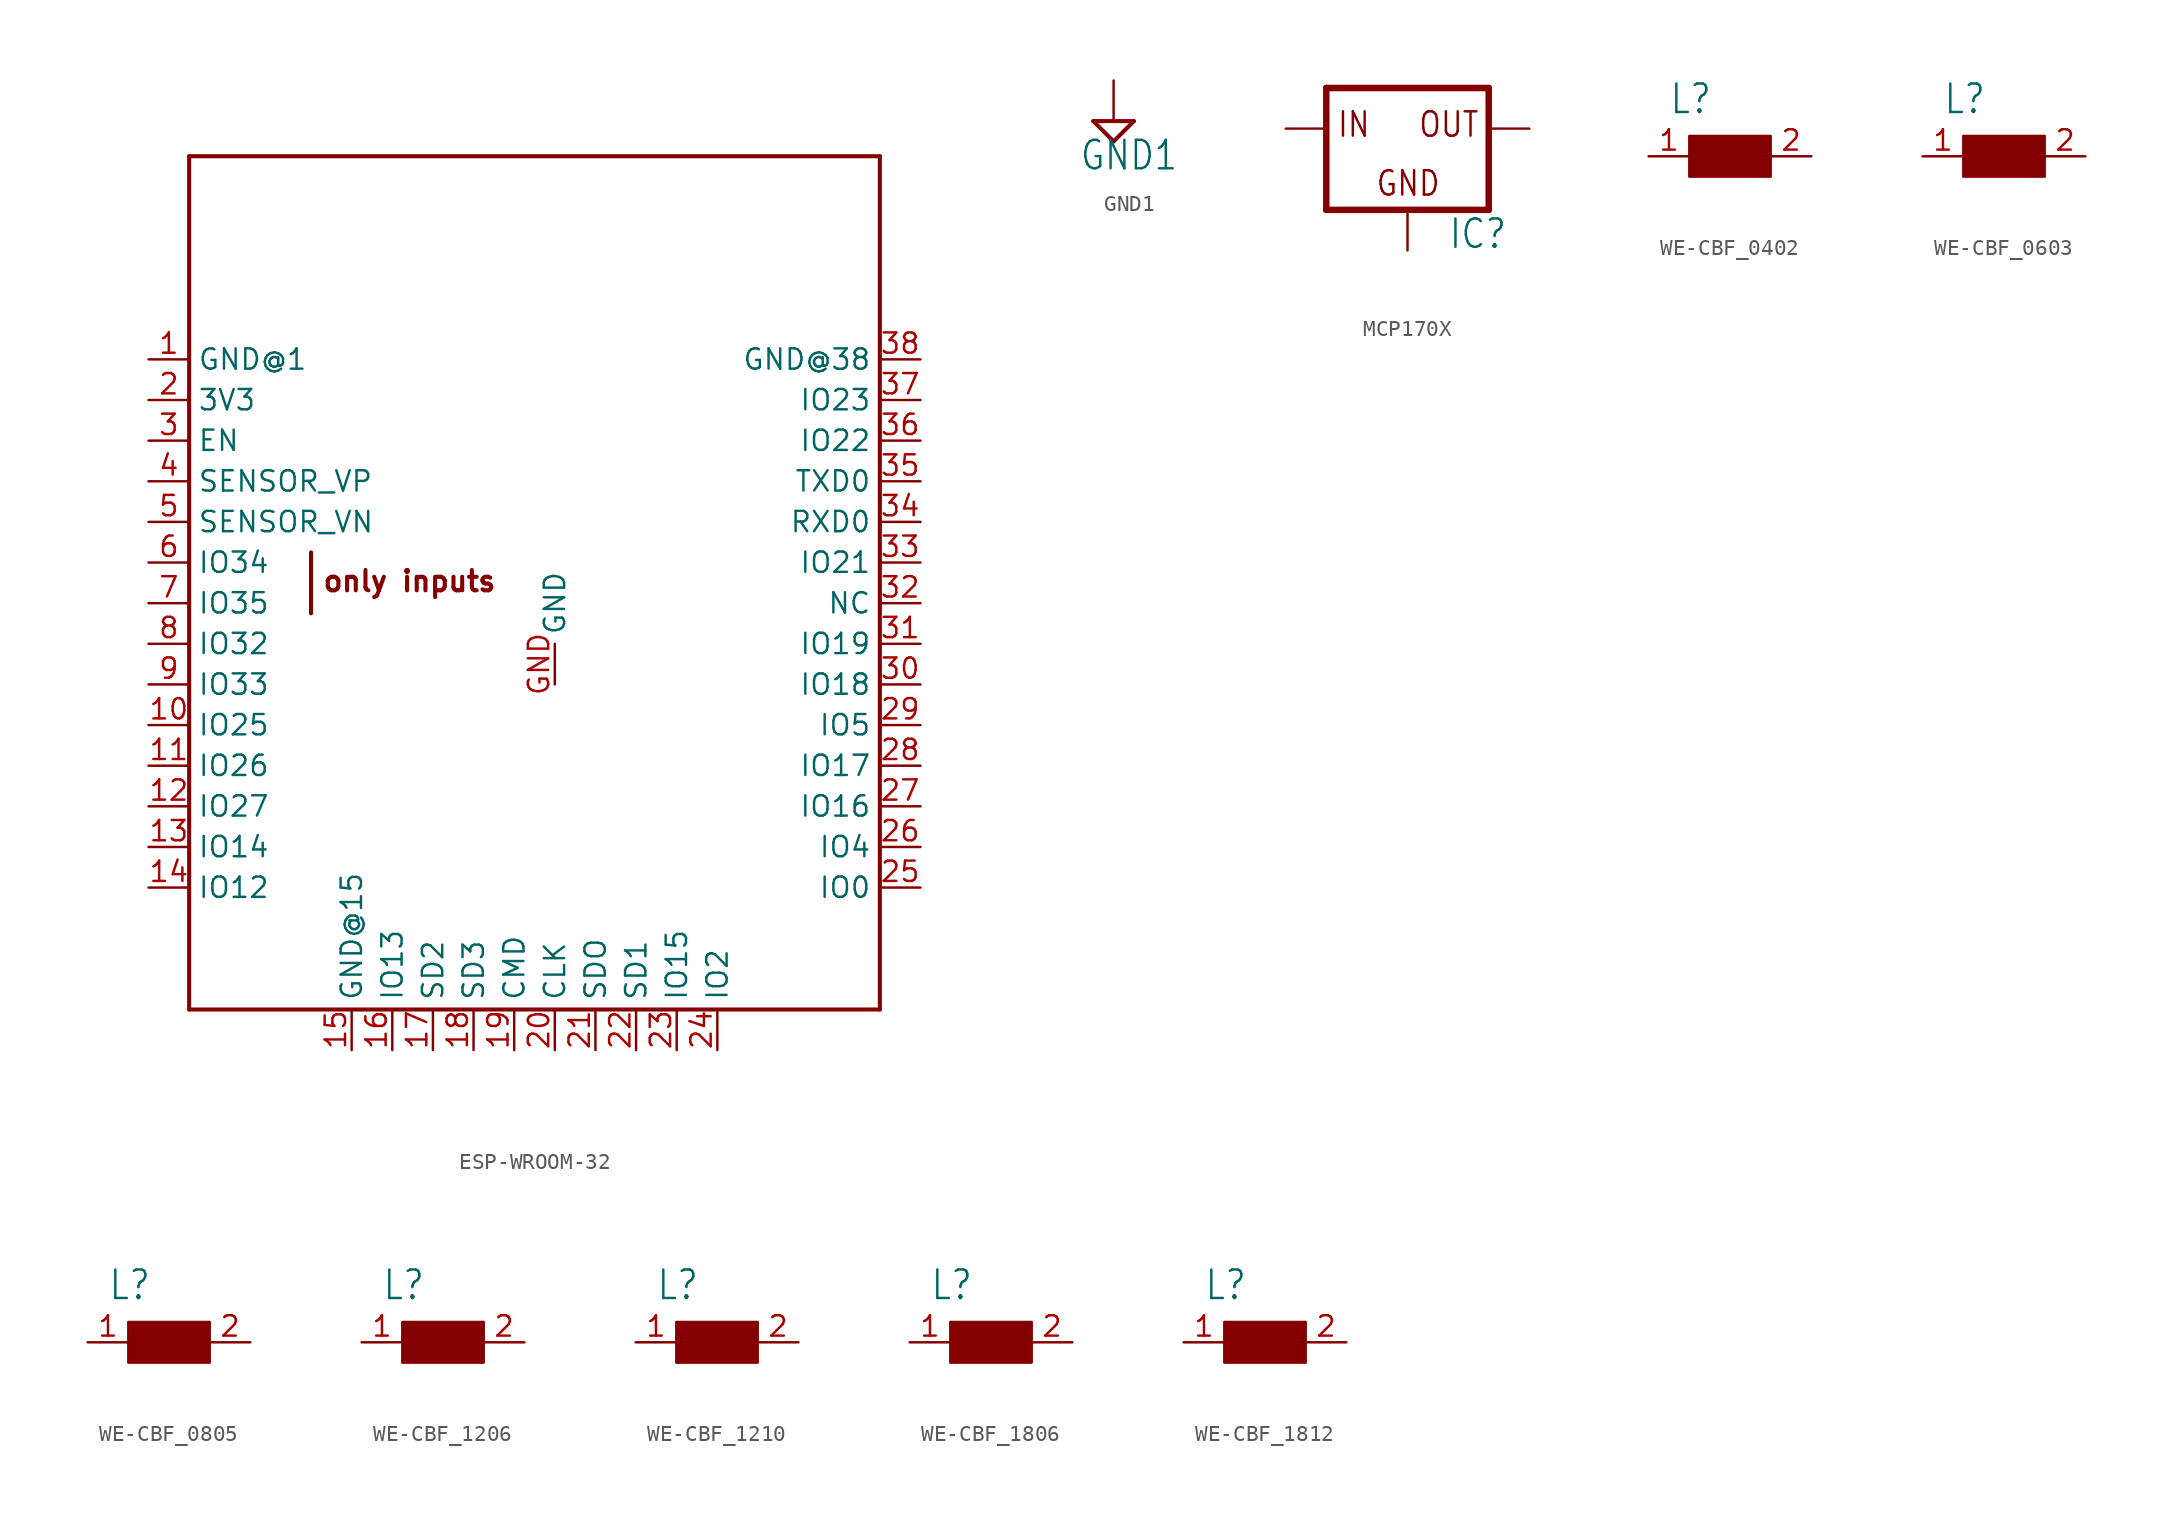
<source format=kicad_sym>
(kicad_symbol_lib
  (version 20220914)
  (generator kicad_symbol_editor)
  (symbol "ESP-WROOM-32"
    (property "Reference" "U"
      (at -12.7 18.034 0)
      (effects (font (size 1.778 1.511)) (justify left bottom) hide))
    (property "ki_locked" ""
      (at 0 0 0)
      (effects (font (size 1.27 1.27))))
    (symbol "ESP-WROOM-32_1_0"
      (polyline (pts (xy -15.24 -38.1) (xy -15.24 15.24)) (stroke (width 0.254) (type solid)) (fill (type none)))
      (polyline (pts (xy -15.24 15.24) (xy 27.94 15.24)) (stroke (width 0.254) (type solid)) (fill (type none)))
      (polyline (pts (xy -7.62 -9.525) (xy -7.62 -13.335)) (stroke (width 0.254) (type solid)) (fill (type none)))
      (polyline (pts (xy 27.94 -38.1) (xy -15.24 -38.1)) (stroke (width 0.254) (type solid)) (fill (type none)))
      (polyline (pts (xy 27.94 15.24) (xy 27.94 -38.1)) (stroke (width 0.254) (type solid)) (fill (type none)))
      (text "only inputs" (at -6.985 -12.065 0) (effects (font (size 1.27 1.27) (thickness 0.254) bold) (justify left bottom)))
      (pin bidirectional line (at -17.78 2.54 0) (length 2.54) (name "GND@1" (effects (font (size 1.27 1.27)))) (number "1" (effects (font (size 1.27 1.27)))))
      (pin bidirectional line (at -17.78 -20.32 0) (length 2.54) (name "IO25" (effects (font (size 1.27 1.27)))) (number "10" (effects (font (size 1.27 1.27)))))
      (pin bidirectional line (at -17.78 -22.86 0) (length 2.54) (name "IO26" (effects (font (size 1.27 1.27)))) (number "11" (effects (font (size 1.27 1.27)))))
      (pin bidirectional line (at -17.78 -25.4 0) (length 2.54) (name "IO27" (effects (font (size 1.27 1.27)))) (number "12" (effects (font (size 1.27 1.27)))))
      (pin bidirectional line (at -17.78 -27.94 0) (length 2.54) (name "IO14" (effects (font (size 1.27 1.27)))) (number "13" (effects (font (size 1.27 1.27)))))
      (pin bidirectional line (at -17.78 -30.48 0) (length 2.54) (name "IO12" (effects (font (size 1.27 1.27)))) (number "14" (effects (font (size 1.27 1.27)))))
      (pin bidirectional line (at -5.08 -40.64 90) (length 2.54) (name "GND@15" (effects (font (size 1.27 1.27)))) (number "15" (effects (font (size 1.27 1.27)))))
      (pin bidirectional line (at -2.54 -40.64 90) (length 2.54) (name "IO13" (effects (font (size 1.27 1.27)))) (number "16" (effects (font (size 1.27 1.27)))))
      (pin bidirectional line (at 0 -40.64 90) (length 2.54) (name "SD2" (effects (font (size 1.27 1.27)))) (number "17" (effects (font (size 1.27 1.27)))))
      (pin bidirectional line (at 2.54 -40.64 90) (length 2.54) (name "SD3" (effects (font (size 1.27 1.27)))) (number "18" (effects (font (size 1.27 1.27)))))
      (pin bidirectional line (at 5.08 -40.64 90) (length 2.54) (name "CMD" (effects (font (size 1.27 1.27)))) (number "19" (effects (font (size 1.27 1.27)))))
      (pin bidirectional line (at -17.78 0 0) (length 2.54) (name "3V3" (effects (font (size 1.27 1.27)))) (number "2" (effects (font (size 1.27 1.27)))))
      (pin bidirectional line (at 7.62 -40.64 90) (length 2.54) (name "CLK" (effects (font (size 1.27 1.27)))) (number "20" (effects (font (size 1.27 1.27)))))
      (pin bidirectional line (at 10.16 -40.64 90) (length 2.54) (name "SDO" (effects (font (size 1.27 1.27)))) (number "21" (effects (font (size 1.27 1.27)))))
      (pin bidirectional line (at 12.7 -40.64 90) (length 2.54) (name "SD1" (effects (font (size 1.27 1.27)))) (number "22" (effects (font (size 1.27 1.27)))))
      (pin bidirectional line (at 15.24 -40.64 90) (length 2.54) (name "IO15" (effects (font (size 1.27 1.27)))) (number "23" (effects (font (size 1.27 1.27)))))
      (pin bidirectional line (at 17.78 -40.64 90) (length 2.54) (name "IO2" (effects (font (size 1.27 1.27)))) (number "24" (effects (font (size 1.27 1.27)))))
      (pin bidirectional line (at 30.48 -30.48 180) (length 2.54) (name "IO0" (effects (font (size 1.27 1.27)))) (number "25" (effects (font (size 1.27 1.27)))))
      (pin bidirectional line (at 30.48 -27.94 180) (length 2.54) (name "IO4" (effects (font (size 1.27 1.27)))) (number "26" (effects (font (size 1.27 1.27)))))
      (pin bidirectional line (at 30.48 -25.4 180) (length 2.54) (name "IO16" (effects (font (size 1.27 1.27)))) (number "27" (effects (font (size 1.27 1.27)))))
      (pin bidirectional line (at 30.48 -22.86 180) (length 2.54) (name "IO17" (effects (font (size 1.27 1.27)))) (number "28" (effects (font (size 1.27 1.27)))))
      (pin bidirectional line (at 30.48 -20.32 180) (length 2.54) (name "IO5" (effects (font (size 1.27 1.27)))) (number "29" (effects (font (size 1.27 1.27)))))
      (pin bidirectional line (at -17.78 -2.54 0) (length 2.54) (name "EN" (effects (font (size 1.27 1.27)))) (number "3" (effects (font (size 1.27 1.27)))))
      (pin bidirectional line (at 30.48 -17.78 180) (length 2.54) (name "IO18" (effects (font (size 1.27 1.27)))) (number "30" (effects (font (size 1.27 1.27)))))
      (pin bidirectional line (at 30.48 -15.24 180) (length 2.54) (name "IO19" (effects (font (size 1.27 1.27)))) (number "31" (effects (font (size 1.27 1.27)))))
      (pin bidirectional line (at 30.48 -12.7 180) (length 2.54) (name "NC" (effects (font (size 1.27 1.27)))) (number "32" (effects (font (size 1.27 1.27)))))
      (pin bidirectional line (at 30.48 -10.16 180) (length 2.54) (name "IO21" (effects (font (size 1.27 1.27)))) (number "33" (effects (font (size 1.27 1.27)))))
      (pin bidirectional line (at 30.48 -7.62 180) (length 2.54) (name "RXD0" (effects (font (size 1.27 1.27)))) (number "34" (effects (font (size 1.27 1.27)))))
      (pin bidirectional line (at 30.48 -5.08 180) (length 2.54) (name "TXD0" (effects (font (size 1.27 1.27)))) (number "35" (effects (font (size 1.27 1.27)))))
      (pin bidirectional line (at 30.48 -2.54 180) (length 2.54) (name "IO22" (effects (font (size 1.27 1.27)))) (number "36" (effects (font (size 1.27 1.27)))))
      (pin bidirectional line (at 30.48 0 180) (length 2.54) (name "IO23" (effects (font (size 1.27 1.27)))) (number "37" (effects (font (size 1.27 1.27)))))
      (pin bidirectional line (at 30.48 2.54 180) (length 2.54) (name "GND@38" (effects (font (size 1.27 1.27)))) (number "38" (effects (font (size 1.27 1.27)))))
      (pin input line (at -17.78 -5.08 0) (length 2.54) (name "SENSOR_VP" (effects (font (size 1.27 1.27)))) (number "4" (effects (font (size 1.27 1.27)))))
      (pin input line (at -17.78 -7.62 0) (length 2.54) (name "SENSOR_VN" (effects (font (size 1.27 1.27)))) (number "5" (effects (font (size 1.27 1.27)))))
      (pin input line (at -17.78 -10.16 0) (length 2.54) (name "IO34" (effects (font (size 1.27 1.27)))) (number "6" (effects (font (size 1.27 1.27)))))
      (pin input line (at -17.78 -12.7 0) (length 2.54) (name "IO35" (effects (font (size 1.27 1.27)))) (number "7" (effects (font (size 1.27 1.27)))))
      (pin bidirectional line (at -17.78 -15.24 0) (length 2.54) (name "IO32" (effects (font (size 1.27 1.27)))) (number "8" (effects (font (size 1.27 1.27)))))
      (pin bidirectional line (at -17.78 -17.78 0) (length 2.54) (name "IO33" (effects (font (size 1.27 1.27)))) (number "9" (effects (font (size 1.27 1.27)))))
      (pin bidirectional line (at 7.62 -17.78 90) (length 2.54) (name "GND" (effects (font (size 1.27 1.27)))) (number "GND" (effects (font (size 1.27 1.27)))))))
  (symbol "GND1"
    (power)
    (property "Reference" "#SUPPLY"
      (at 0 0 0)
      (effects (font (size 1.27 1.27)) hide))
    (property "Value" "GND1"
      (at -2.159 -3.175 0)
      (effects (font (size 1.778 1.511)) (justify left bottom)))
    (property "ki_locked" ""
      (at 0 0 0)
      (effects (font (size 1.27 1.27))))
    (symbol "GND1_1_0"
      (polyline (pts (xy -1.27 0) (xy 1.27 0)) (stroke (width 0.254) (type solid)) (fill (type none)))
      (polyline (pts (xy 0 -1.27) (xy -1.27 0)) (stroke (width 0.254) (type solid)) (fill (type none)))
      (polyline (pts (xy 1.27 0) (xy 0 -1.27)) (stroke (width 0.254) (type solid)) (fill (type none)))
      (pin power_in line (at 0 2.54 270) (length 2.54) (name "GND1" (effects (font (size 0 0)))) (number "1" (effects (font (size 0 0)))))))
  (symbol "MCP170X"
    (property "Reference" "IC"
      (at 2.54 -7.62 0)
      (effects (font (size 1.778 1.511)) (justify left bottom)))
    (property "Value" ""
      (at 2.54 -10.16 0)
      (effects (font (size 1.778 1.511)) (justify left bottom)))
    (property "ki_locked" ""
      (at 0 0 0)
      (effects (font (size 1.27 1.27))))
    (symbol "MCP170X_1_0"
      (polyline (pts (xy -5.08 -5.08) (xy 5.08 -5.08)) (stroke (width 0.406) (type solid)) (fill (type none)))
      (polyline (pts (xy -5.08 2.54) (xy -5.08 -5.08)) (stroke (width 0.406) (type solid)) (fill (type none)))
      (polyline (pts (xy 5.08 -5.08) (xy 5.08 2.54)) (stroke (width 0.406) (type solid)) (fill (type none)))
      (polyline (pts (xy 5.08 2.54) (xy -5.08 2.54)) (stroke (width 0.406) (type solid)) (fill (type none)))
      (text "GND" (at -2.032 -4.318 0) (effects (font (size 1.524 1.295)) (justify left bottom)))
      (text "IN" (at -4.445 -0.635 0) (effects (font (size 1.524 1.295)) (justify left bottom)))
      (text "OUT" (at 0.635 -0.635 0) (effects (font (size 1.524 1.295)) (justify left bottom)))
      (pin input line (at 0 -7.62 90) (length 2.54) (name "GND" (effects (font (size 0 0)))) (number "1" (effects (font (size 0 0)))))
      (pin passive line (at 7.62 0 180) (length 2.54) (name "OUT" (effects (font (size 0 0)))) (number "2" (effects (font (size 0 0)))))
      (pin input line (at -7.62 0 0) (length 2.54) (name "IN" (effects (font (size 0 0)))) (number "3" (effects (font (size 0 0)))))))
  (symbol "WE-CBF_0402"
    (property "Reference" "L"
      (at -3.81 5.08 0)
      (effects (font (size 1.778 1.511)) (justify left bottom)))
    (property "Value" ""
      (at -3.81 -1.27 0)
      (effects (font (size 1.778 1.511)) (justify left bottom)))
    (property "ki_locked" ""
      (at 0 0 0)
      (effects (font (size 1.27 1.27))))
    (symbol "WE-CBF_0402_1_0"
      (rectangle (start -2.54 1.27) (end 2.54 3.81) (stroke (width 0) (type default)) (fill (type outline)))
      (pin passive line (at -5.08 2.54 0) (length 2.54) (name "1" (effects (font (size 0 0)))) (number "1" (effects (font (size 1.27 1.27)))))
      (pin passive line (at 5.08 2.54 180) (length 2.54) (name "2" (effects (font (size 0 0)))) (number "2" (effects (font (size 1.27 1.27)))))))
  (symbol "WE-CBF_0603"
    (property "Reference" "L"
      (at -3.81 5.08 0)
      (effects (font (size 1.778 1.511)) (justify left bottom)))
    (property "Value" ""
      (at -3.81 -1.27 0)
      (effects (font (size 1.778 1.511)) (justify left bottom)))
    (property "ki_locked" ""
      (at 0 0 0)
      (effects (font (size 1.27 1.27))))
    (symbol "WE-CBF_0603_1_0"
      (rectangle (start -2.54 1.27) (end 2.54 3.81) (stroke (width 0) (type default)) (fill (type outline)))
      (pin passive line (at -5.08 2.54 0) (length 2.54) (name "1" (effects (font (size 0 0)))) (number "1" (effects (font (size 1.27 1.27)))))
      (pin passive line (at 5.08 2.54 180) (length 2.54) (name "2" (effects (font (size 0 0)))) (number "2" (effects (font (size 1.27 1.27)))))))
  (symbol "WE-CBF_0805"
    (property "Reference" "L"
      (at -3.81 5.08 0)
      (effects (font (size 1.778 1.511)) (justify left bottom)))
    (property "Value" ""
      (at -3.81 -1.27 0)
      (effects (font (size 1.778 1.511)) (justify left bottom)))
    (property "ki_locked" ""
      (at 0 0 0)
      (effects (font (size 1.27 1.27))))
    (symbol "WE-CBF_0805_1_0"
      (rectangle (start -2.54 1.27) (end 2.54 3.81) (stroke (width 0) (type default)) (fill (type outline)))
      (pin passive line (at -5.08 2.54 0) (length 2.54) (name "1" (effects (font (size 0 0)))) (number "1" (effects (font (size 1.27 1.27)))))
      (pin passive line (at 5.08 2.54 180) (length 2.54) (name "2" (effects (font (size 0 0)))) (number "2" (effects (font (size 1.27 1.27)))))))
  (symbol "WE-CBF_1206"
    (property "Reference" "L"
      (at -3.81 5.08 0)
      (effects (font (size 1.778 1.511)) (justify left bottom)))
    (property "Value" ""
      (at -3.81 -1.27 0)
      (effects (font (size 1.778 1.511)) (justify left bottom)))
    (property "ki_locked" ""
      (at 0 0 0)
      (effects (font (size 1.27 1.27))))
    (symbol "WE-CBF_1206_1_0"
      (rectangle (start -2.54 1.27) (end 2.54 3.81) (stroke (width 0) (type default)) (fill (type outline)))
      (pin passive line (at -5.08 2.54 0) (length 2.54) (name "1" (effects (font (size 0 0)))) (number "1" (effects (font (size 1.27 1.27)))))
      (pin passive line (at 5.08 2.54 180) (length 2.54) (name "2" (effects (font (size 0 0)))) (number "2" (effects (font (size 1.27 1.27)))))))
  (symbol "WE-CBF_1210"
    (property "Reference" "L"
      (at -3.81 5.08 0)
      (effects (font (size 1.778 1.511)) (justify left bottom)))
    (property "Value" ""
      (at -3.81 -1.27 0)
      (effects (font (size 1.778 1.511)) (justify left bottom)))
    (property "ki_locked" ""
      (at 0 0 0)
      (effects (font (size 1.27 1.27))))
    (symbol "WE-CBF_1210_1_0"
      (rectangle (start -2.54 1.27) (end 2.54 3.81) (stroke (width 0) (type default)) (fill (type outline)))
      (pin passive line (at -5.08 2.54 0) (length 2.54) (name "1" (effects (font (size 0 0)))) (number "1" (effects (font (size 1.27 1.27)))))
      (pin passive line (at 5.08 2.54 180) (length 2.54) (name "2" (effects (font (size 0 0)))) (number "2" (effects (font (size 1.27 1.27)))))))
  (symbol "WE-CBF_1806"
    (property "Reference" "L"
      (at -3.81 5.08 0)
      (effects (font (size 1.778 1.511)) (justify left bottom)))
    (property "Value" ""
      (at -3.81 -1.27 0)
      (effects (font (size 1.778 1.511)) (justify left bottom)))
    (property "ki_locked" ""
      (at 0 0 0)
      (effects (font (size 1.27 1.27))))
    (symbol "WE-CBF_1806_1_0"
      (rectangle (start -2.54 1.27) (end 2.54 3.81) (stroke (width 0) (type default)) (fill (type outline)))
      (pin passive line (at -5.08 2.54 0) (length 2.54) (name "1" (effects (font (size 0 0)))) (number "1" (effects (font (size 1.27 1.27)))))
      (pin passive line (at 5.08 2.54 180) (length 2.54) (name "2" (effects (font (size 0 0)))) (number "2" (effects (font (size 1.27 1.27)))))))
  (symbol "WE-CBF_1812"
    (property "Reference" "L"
      (at -3.81 5.08 0)
      (effects (font (size 1.778 1.511)) (justify left bottom)))
    (property "Value" ""
      (at -3.81 -1.27 0)
      (effects (font (size 1.778 1.511)) (justify left bottom)))
    (property "ki_locked" ""
      (at 0 0 0)
      (effects (font (size 1.27 1.27))))
    (symbol "WE-CBF_1812_1_0"
      (rectangle (start -2.54 1.27) (end 2.54 3.81) (stroke (width 0) (type default)) (fill (type outline)))
      (pin passive line (at -5.08 2.54 0) (length 2.54) (name "1" (effects (font (size 0 0)))) (number "1" (effects (font (size 1.27 1.27)))))
      (pin passive line (at 5.08 2.54 180) (length 2.54) (name "2" (effects (font (size 0 0)))) (number "2" (effects (font (size 1.27 1.27))))))))
</source>
